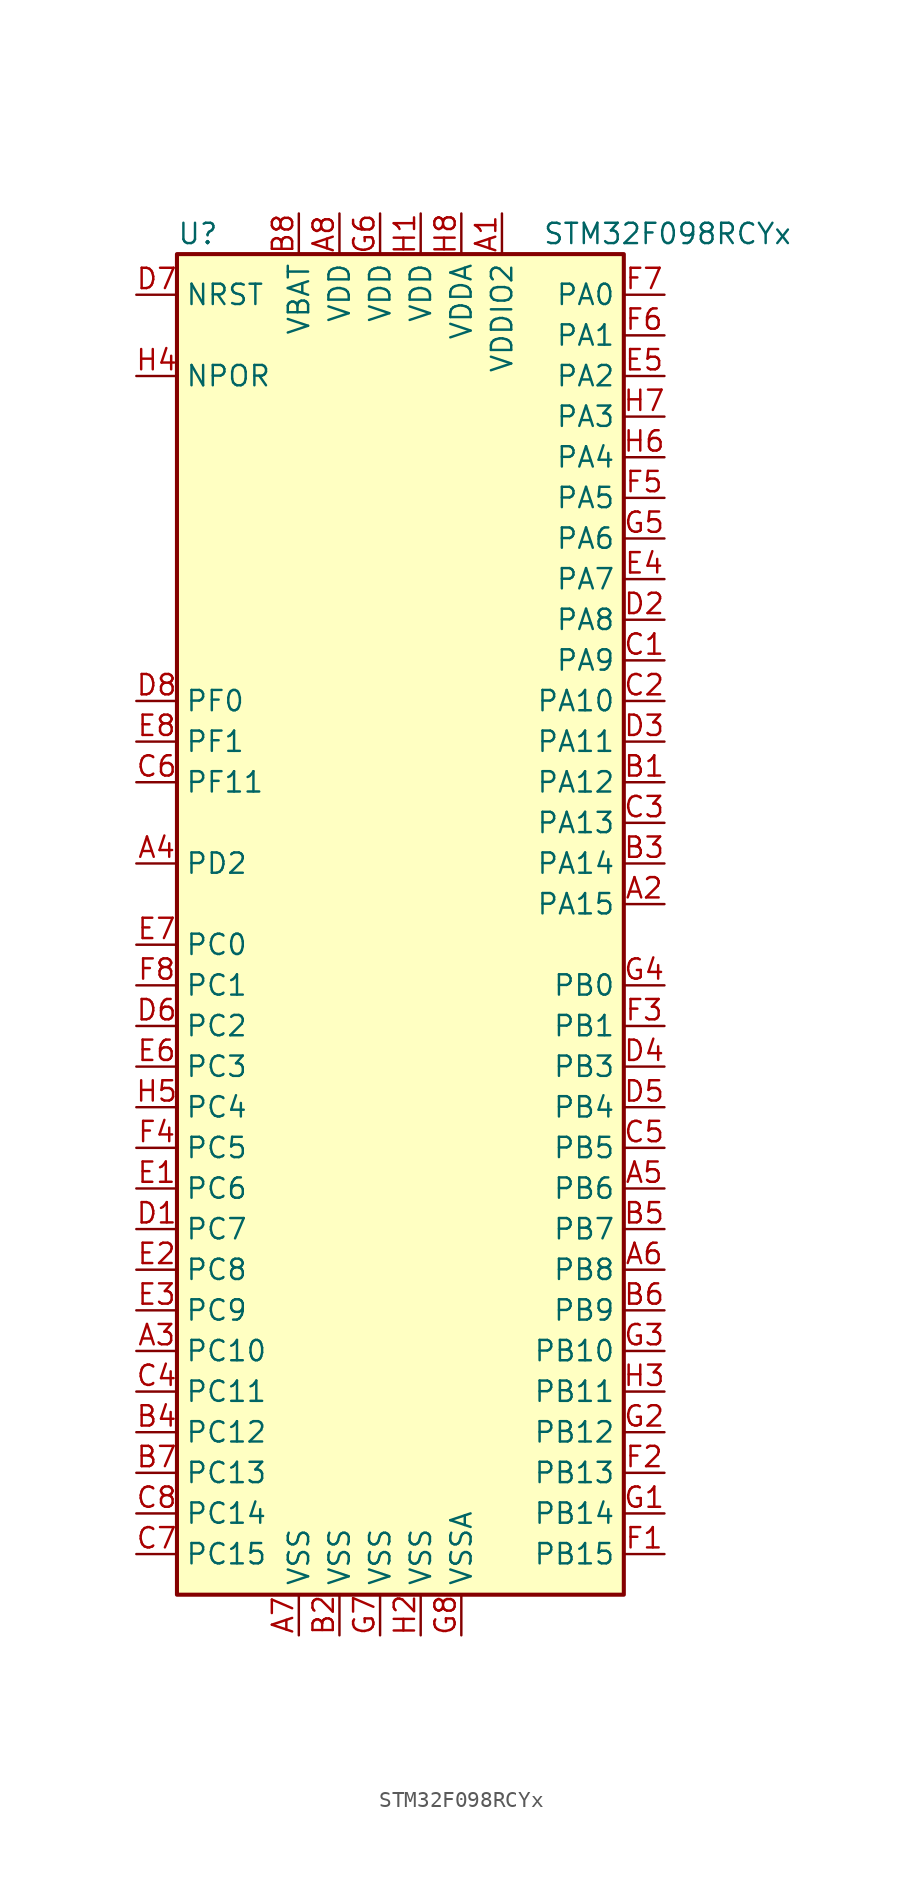
<source format=kicad_sym>
(kicad_symbol_lib
  (version 20201005)
  (generator kicad_symbol_editor)
  (symbol "STM32F098RCYx"
    (property "Reference" "U"
      (at -15.24 41.91 0)
      (effects (font (size 1.27 1.27)) (justify left)))
    (property "Value" "STM32F098RCYx"
      (at 7.62 41.91 0)
      (effects (font (size 1.27 1.27)) (justify left)))
    (symbol "STM32F098RCYx_0_1"
      (rectangle (start -15.24 -43.18) (end 12.7 40.64) (stroke (width 0.254)) (fill (type background))))
    (symbol "STM32F098RCYx_1_1"
      (pin power_in line (at -17.78 33.02 0) (length 2.54) (name "NPOR" (effects (font (size 1.27 1.27)))) (number "H4" (effects (font (size 1.27 1.27)))))
      (pin input line (at -17.78 38.1 0) (length 2.54) (name "NRST" (effects (font (size 1.27 1.27)))) (number "D7" (effects (font (size 1.27 1.27)))))
      (pin bidirectional line (at 15.24 38.1 180) (length 2.54) (name "PA0" (effects (font (size 1.27 1.27)))) (number "F7" (effects (font (size 1.27 1.27)))))
      (pin bidirectional line (at 15.24 35.56 180) (length 2.54) (name "PA1" (effects (font (size 1.27 1.27)))) (number "F6" (effects (font (size 1.27 1.27)))))
      (pin bidirectional line (at 15.24 12.7 180) (length 2.54) (name "PA10" (effects (font (size 1.27 1.27)))) (number "C2" (effects (font (size 1.27 1.27)))))
      (pin bidirectional line (at 15.24 10.16 180) (length 2.54) (name "PA11" (effects (font (size 1.27 1.27)))) (number "D3" (effects (font (size 1.27 1.27)))))
      (pin bidirectional line (at 15.24 7.62 180) (length 2.54) (name "PA12" (effects (font (size 1.27 1.27)))) (number "B1" (effects (font (size 1.27 1.27)))))
      (pin bidirectional line (at 15.24 5.08 180) (length 2.54) (name "PA13" (effects (font (size 1.27 1.27)))) (number "C3" (effects (font (size 1.27 1.27)))))
      (pin bidirectional line (at 15.24 2.54 180) (length 2.54) (name "PA14" (effects (font (size 1.27 1.27)))) (number "B3" (effects (font (size 1.27 1.27)))))
      (pin bidirectional line (at 15.24 0 180) (length 2.54) (name "PA15" (effects (font (size 1.27 1.27)))) (number "A2" (effects (font (size 1.27 1.27)))))
      (pin bidirectional line (at 15.24 33.02 180) (length 2.54) (name "PA2" (effects (font (size 1.27 1.27)))) (number "E5" (effects (font (size 1.27 1.27)))))
      (pin bidirectional line (at 15.24 30.48 180) (length 2.54) (name "PA3" (effects (font (size 1.27 1.27)))) (number "H7" (effects (font (size 1.27 1.27)))))
      (pin bidirectional line (at 15.24 27.94 180) (length 2.54) (name "PA4" (effects (font (size 1.27 1.27)))) (number "H6" (effects (font (size 1.27 1.27)))))
      (pin bidirectional line (at 15.24 25.4 180) (length 2.54) (name "PA5" (effects (font (size 1.27 1.27)))) (number "F5" (effects (font (size 1.27 1.27)))))
      (pin bidirectional line (at 15.24 22.86 180) (length 2.54) (name "PA6" (effects (font (size 1.27 1.27)))) (number "G5" (effects (font (size 1.27 1.27)))))
      (pin bidirectional line (at 15.24 20.32 180) (length 2.54) (name "PA7" (effects (font (size 1.27 1.27)))) (number "E4" (effects (font (size 1.27 1.27)))))
      (pin bidirectional line (at 15.24 17.78 180) (length 2.54) (name "PA8" (effects (font (size 1.27 1.27)))) (number "D2" (effects (font (size 1.27 1.27)))))
      (pin bidirectional line (at 15.24 15.24 180) (length 2.54) (name "PA9" (effects (font (size 1.27 1.27)))) (number "C1" (effects (font (size 1.27 1.27)))))
      (pin bidirectional line (at 15.24 -5.08 180) (length 2.54) (name "PB0" (effects (font (size 1.27 1.27)))) (number "G4" (effects (font (size 1.27 1.27)))))
      (pin bidirectional line (at 15.24 -7.62 180) (length 2.54) (name "PB1" (effects (font (size 1.27 1.27)))) (number "F3" (effects (font (size 1.27 1.27)))))
      (pin bidirectional line (at 15.24 -27.94 180) (length 2.54) (name "PB10" (effects (font (size 1.27 1.27)))) (number "G3" (effects (font (size 1.27 1.27)))))
      (pin bidirectional line (at 15.24 -30.48 180) (length 2.54) (name "PB11" (effects (font (size 1.27 1.27)))) (number "H3" (effects (font (size 1.27 1.27)))))
      (pin bidirectional line (at 15.24 -33.02 180) (length 2.54) (name "PB12" (effects (font (size 1.27 1.27)))) (number "G2" (effects (font (size 1.27 1.27)))))
      (pin bidirectional line (at 15.24 -35.56 180) (length 2.54) (name "PB13" (effects (font (size 1.27 1.27)))) (number "F2" (effects (font (size 1.27 1.27)))))
      (pin bidirectional line (at 15.24 -38.1 180) (length 2.54) (name "PB14" (effects (font (size 1.27 1.27)))) (number "G1" (effects (font (size 1.27 1.27)))))
      (pin bidirectional line (at 15.24 -40.64 180) (length 2.54) (name "PB15" (effects (font (size 1.27 1.27)))) (number "F1" (effects (font (size 1.27 1.27)))))
      (pin bidirectional line (at 15.24 -10.16 180) (length 2.54) (name "PB3" (effects (font (size 1.27 1.27)))) (number "D4" (effects (font (size 1.27 1.27)))))
      (pin bidirectional line (at 15.24 -12.7 180) (length 2.54) (name "PB4" (effects (font (size 1.27 1.27)))) (number "D5" (effects (font (size 1.27 1.27)))))
      (pin bidirectional line (at 15.24 -15.24 180) (length 2.54) (name "PB5" (effects (font (size 1.27 1.27)))) (number "C5" (effects (font (size 1.27 1.27)))))
      (pin bidirectional line (at 15.24 -17.78 180) (length 2.54) (name "PB6" (effects (font (size 1.27 1.27)))) (number "A5" (effects (font (size 1.27 1.27)))))
      (pin bidirectional line (at 15.24 -20.32 180) (length 2.54) (name "PB7" (effects (font (size 1.27 1.27)))) (number "B5" (effects (font (size 1.27 1.27)))))
      (pin bidirectional line (at 15.24 -22.86 180) (length 2.54) (name "PB8" (effects (font (size 1.27 1.27)))) (number "A6" (effects (font (size 1.27 1.27)))))
      (pin bidirectional line (at 15.24 -25.4 180) (length 2.54) (name "PB9" (effects (font (size 1.27 1.27)))) (number "B6" (effects (font (size 1.27 1.27)))))
      (pin bidirectional line (at -17.78 -2.54 0) (length 2.54) (name "PC0" (effects (font (size 1.27 1.27)))) (number "E7" (effects (font (size 1.27 1.27)))))
      (pin bidirectional line (at -17.78 -5.08 0) (length 2.54) (name "PC1" (effects (font (size 1.27 1.27)))) (number "F8" (effects (font (size 1.27 1.27)))))
      (pin bidirectional line (at -17.78 -27.94 0) (length 2.54) (name "PC10" (effects (font (size 1.27 1.27)))) (number "A3" (effects (font (size 1.27 1.27)))))
      (pin bidirectional line (at -17.78 -30.48 0) (length 2.54) (name "PC11" (effects (font (size 1.27 1.27)))) (number "C4" (effects (font (size 1.27 1.27)))))
      (pin bidirectional line (at -17.78 -33.02 0) (length 2.54) (name "PC12" (effects (font (size 1.27 1.27)))) (number "B4" (effects (font (size 1.27 1.27)))))
      (pin bidirectional line (at -17.78 -35.56 0) (length 2.54) (name "PC13" (effects (font (size 1.27 1.27)))) (number "B7" (effects (font (size 1.27 1.27)))))
      (pin bidirectional line (at -17.78 -38.1 0) (length 2.54) (name "PC14" (effects (font (size 1.27 1.27)))) (number "C8" (effects (font (size 1.27 1.27)))))
      (pin bidirectional line (at -17.78 -40.64 0) (length 2.54) (name "PC15" (effects (font (size 1.27 1.27)))) (number "C7" (effects (font (size 1.27 1.27)))))
      (pin bidirectional line (at -17.78 -7.62 0) (length 2.54) (name "PC2" (effects (font (size 1.27 1.27)))) (number "D6" (effects (font (size 1.27 1.27)))))
      (pin bidirectional line (at -17.78 -10.16 0) (length 2.54) (name "PC3" (effects (font (size 1.27 1.27)))) (number "E6" (effects (font (size 1.27 1.27)))))
      (pin bidirectional line (at -17.78 -12.7 0) (length 2.54) (name "PC4" (effects (font (size 1.27 1.27)))) (number "H5" (effects (font (size 1.27 1.27)))))
      (pin bidirectional line (at -17.78 -15.24 0) (length 2.54) (name "PC5" (effects (font (size 1.27 1.27)))) (number "F4" (effects (font (size 1.27 1.27)))))
      (pin bidirectional line (at -17.78 -17.78 0) (length 2.54) (name "PC6" (effects (font (size 1.27 1.27)))) (number "E1" (effects (font (size 1.27 1.27)))))
      (pin bidirectional line (at -17.78 -20.32 0) (length 2.54) (name "PC7" (effects (font (size 1.27 1.27)))) (number "D1" (effects (font (size 1.27 1.27)))))
      (pin bidirectional line (at -17.78 -22.86 0) (length 2.54) (name "PC8" (effects (font (size 1.27 1.27)))) (number "E2" (effects (font (size 1.27 1.27)))))
      (pin bidirectional line (at -17.78 -25.4 0) (length 2.54) (name "PC9" (effects (font (size 1.27 1.27)))) (number "E3" (effects (font (size 1.27 1.27)))))
      (pin bidirectional line (at -17.78 2.54 0) (length 2.54) (name "PD2" (effects (font (size 1.27 1.27)))) (number "A4" (effects (font (size 1.27 1.27)))))
      (pin input line (at -17.78 12.7 0) (length 2.54) (name "PF0" (effects (font (size 1.27 1.27)))) (number "D8" (effects (font (size 1.27 1.27)))))
      (pin input line (at -17.78 10.16 0) (length 2.54) (name "PF1" (effects (font (size 1.27 1.27)))) (number "E8" (effects (font (size 1.27 1.27)))))
      (pin bidirectional line (at -17.78 7.62 0) (length 2.54) (name "PF11" (effects (font (size 1.27 1.27)))) (number "C6" (effects (font (size 1.27 1.27)))))
      (pin power_in line (at -7.62 43.18 270) (length 2.54) (name "VBAT" (effects (font (size 1.27 1.27)))) (number "B8" (effects (font (size 1.27 1.27)))))
      (pin power_in line (at -5.08 43.18 270) (length 2.54) (name "VDD" (effects (font (size 1.27 1.27)))) (number "A8" (effects (font (size 1.27 1.27)))))
      (pin power_in line (at -2.54 43.18 270) (length 2.54) (name "VDD" (effects (font (size 1.27 1.27)))) (number "G6" (effects (font (size 1.27 1.27)))))
      (pin power_in line (at 0 43.18 270) (length 2.54) (name "VDD" (effects (font (size 1.27 1.27)))) (number "H1" (effects (font (size 1.27 1.27)))))
      (pin power_in line (at 2.54 43.18 270) (length 2.54) (name "VDDA" (effects (font (size 1.27 1.27)))) (number "H8" (effects (font (size 1.27 1.27)))))
      (pin power_in line (at 5.08 43.18 270) (length 2.54) (name "VDDIO2" (effects (font (size 1.27 1.27)))) (number "A1" (effects (font (size 1.27 1.27)))))
      (pin power_in line (at -7.62 -45.72 90) (length 2.54) (name "VSS" (effects (font (size 1.27 1.27)))) (number "A7" (effects (font (size 1.27 1.27)))))
      (pin power_in line (at -5.08 -45.72 90) (length 2.54) (name "VSS" (effects (font (size 1.27 1.27)))) (number "B2" (effects (font (size 1.27 1.27)))))
      (pin power_in line (at -2.54 -45.72 90) (length 2.54) (name "VSS" (effects (font (size 1.27 1.27)))) (number "G7" (effects (font (size 1.27 1.27)))))
      (pin power_in line (at 0 -45.72 90) (length 2.54) (name "VSS" (effects (font (size 1.27 1.27)))) (number "H2" (effects (font (size 1.27 1.27)))))
      (pin power_in line (at 2.54 -45.72 90) (length 2.54) (name "VSSA" (effects (font (size 1.27 1.27)))) (number "G8" (effects (font (size 1.27 1.27))))))))
</source>
